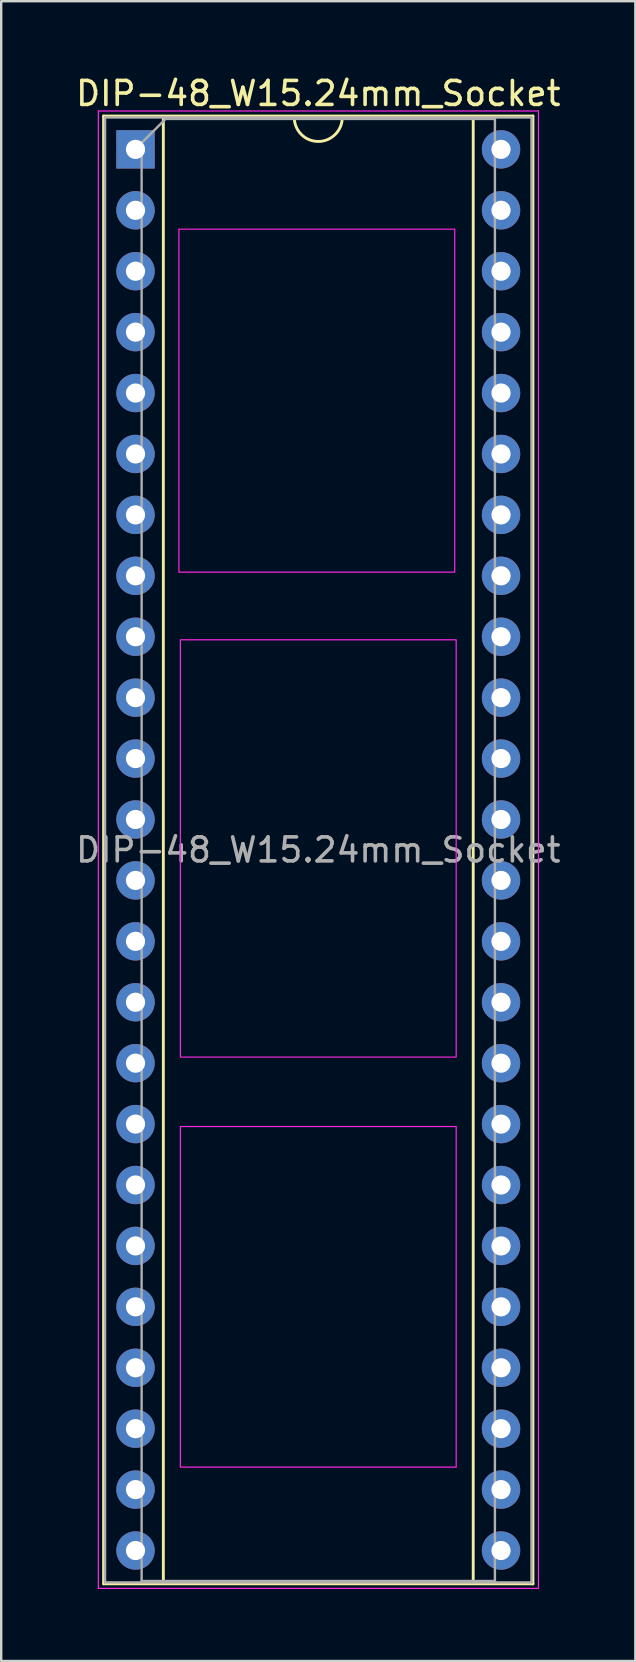
<source format=kicad_pcb>
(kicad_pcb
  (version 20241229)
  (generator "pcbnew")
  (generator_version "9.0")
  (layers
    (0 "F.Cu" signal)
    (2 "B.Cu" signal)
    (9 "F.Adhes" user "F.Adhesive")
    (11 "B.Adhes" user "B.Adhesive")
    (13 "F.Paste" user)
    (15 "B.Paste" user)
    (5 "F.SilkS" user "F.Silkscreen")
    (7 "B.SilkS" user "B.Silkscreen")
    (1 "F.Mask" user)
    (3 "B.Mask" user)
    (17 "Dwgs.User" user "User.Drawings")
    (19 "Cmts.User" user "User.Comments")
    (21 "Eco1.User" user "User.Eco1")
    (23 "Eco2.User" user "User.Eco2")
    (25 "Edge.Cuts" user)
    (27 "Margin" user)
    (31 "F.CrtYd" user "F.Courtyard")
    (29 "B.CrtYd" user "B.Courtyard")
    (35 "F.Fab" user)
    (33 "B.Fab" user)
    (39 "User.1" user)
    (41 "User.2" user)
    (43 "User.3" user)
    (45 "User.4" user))
  (footprint "DIP-48_W15.24mm_Socket"
    (layer "F.Cu")
    (at 2.6 3.178)
    (property "Reference" "DIP-48_W15.24mm_Socket" (at 7.62 -2.33 0) (layer "F.SilkS") (effects (font (size 1 1) (thickness 0.15))))
    (attr through_hole)
    (fp_line (start -1.33 -1.39) (end -1.33 59.81) (stroke (width 0.12) (type solid)) (layer "F.SilkS"))
    (fp_line (start -1.33 59.81) (end 16.57 59.81) (stroke (width 0.12) (type solid)) (layer "F.SilkS"))
    (fp_line (start 1.16 -1.33) (end 1.16 59.75) (stroke (width 0.12) (type solid)) (layer "F.SilkS"))
    (fp_line (start 1.16 59.75) (end 14.08 59.75) (stroke (width 0.12) (type solid)) (layer "F.SilkS"))
    (fp_line (start 6.62 -1.33) (end 1.16 -1.33) (stroke (width 0.12) (type solid)) (layer "F.SilkS"))
    (fp_line (start 14.08 -1.33) (end 8.62 -1.33) (stroke (width 0.12) (type solid)) (layer "F.SilkS"))
    (fp_line (start 14.08 59.75) (end 14.08 -1.33) (stroke (width 0.12) (type solid)) (layer "F.SilkS"))
    (fp_line (start 16.57 -1.39) (end -1.33 -1.39) (stroke (width 0.12) (type solid)) (layer "F.SilkS"))
    (fp_line (start 16.57 59.81) (end 16.57 -1.39) (stroke (width 0.12) (type solid)) (layer "F.SilkS"))
    (fp_arc (start 8.62 -1.33) (mid 7.62 -0.33) (end 6.62 -1.33) (stroke (width 0.12) (type solid)) (layer "F.SilkS"))
    (fp_line (start -1.55 -1.6) (end -1.55 60) (stroke (width 0.05) (type solid)) (layer "F.CrtYd"))
    (fp_line (start -1.55 60) (end 16.8 60) (stroke (width 0.05) (type solid)) (layer "F.CrtYd"))
    (fp_line (start 16.8 -1.6) (end -1.55 -1.6) (stroke (width 0.05) (type solid)) (layer "F.CrtYd"))
    (fp_line (start 16.8 60) (end 16.8 -1.6) (stroke (width 0.05) (type solid)) (layer "F.CrtYd"))
    (fp_rect (start 1.81 17.627) (end 13.31 3.327) (stroke (width 0.05) (type default)) (fill no) (layer "F.CrtYd"))
    (fp_rect (start 1.87 37.847) (end 13.37 20.447) (stroke (width 0.05) (type default)) (fill no) (layer "F.CrtYd"))
    (fp_rect (start 1.87 54.942) (end 13.37 40.742) (stroke (width 0.05) (type default)) (fill no) (layer "F.CrtYd"))
    (fp_line (start -1.27 -1.33) (end -1.27 59.75) (stroke (width 0.1) (type solid)) (layer "F.Fab"))
    (fp_line (start -1.27 59.75) (end 16.51 59.75) (stroke (width 0.1) (type solid)) (layer "F.Fab"))
    (fp_line (start 0.255 -0.27) (end 1.255 -1.27) (stroke (width 0.1) (type solid)) (layer "F.Fab"))
    (fp_line (start 0.255 59.69) (end 0.255 -0.27) (stroke (width 0.1) (type solid)) (layer "F.Fab"))
    (fp_line (start 1.255 -1.27) (end 14.985 -1.27) (stroke (width 0.1) (type solid)) (layer "F.Fab"))
    (fp_line (start 14.985 -1.27) (end 14.985 59.69) (stroke (width 0.1) (type solid)) (layer "F.Fab"))
    (fp_line (start 14.985 59.69) (end 0.255 59.69) (stroke (width 0.1) (type solid)) (layer "F.Fab"))
    (fp_line (start 16.51 -1.33) (end -1.27 -1.33) (stroke (width 0.1) (type solid)) (layer "F.Fab"))
    (fp_line (start 16.51 59.75) (end 16.51 -1.33) (stroke (width 0.1) (type solid)) (layer "F.Fab"))
    (fp_text user "${REFERENCE}" (at 7.62 29.21 0) (layer "F.Fab") (effects (font (size 1 1) (thickness 0.15))))
    (pad "1" thru_hole rect (at 0 0) (size 1.6 1.6) (drill 0.8) (layers "*.Cu" "*.Mask"))
    (pad "2" thru_hole oval (at 0 2.54) (size 1.6 1.6) (drill 0.8) (layers "*.Cu" "*.Mask"))
    (pad "3" thru_hole oval (at 0 5.08) (size 1.6 1.6) (drill 0.8) (layers "*.Cu" "*.Mask"))
    (pad "4" thru_hole oval (at 0 7.62) (size 1.6 1.6) (drill 0.8) (layers "*.Cu" "*.Mask"))
    (pad "5" thru_hole oval (at 0 10.16) (size 1.6 1.6) (drill 0.8) (layers "*.Cu" "*.Mask"))
    (pad "6" thru_hole oval (at 0 12.7) (size 1.6 1.6) (drill 0.8) (layers "*.Cu" "*.Mask"))
    (pad "7" thru_hole oval (at 0 15.24) (size 1.6 1.6) (drill 0.8) (layers "*.Cu" "*.Mask"))
    (pad "8" thru_hole oval (at 0 17.78) (size 1.6 1.6) (drill 0.8) (layers "*.Cu" "*.Mask"))
    (pad "9" thru_hole oval (at 0 20.32) (size 1.6 1.6) (drill 0.8) (layers "*.Cu" "*.Mask"))
    (pad "10" thru_hole oval (at 0 22.86) (size 1.6 1.6) (drill 0.8) (layers "*.Cu" "*.Mask"))
    (pad "11" thru_hole oval (at 0 25.4) (size 1.6 1.6) (drill 0.8) (layers "*.Cu" "*.Mask"))
    (pad "12" thru_hole oval (at 0 27.94) (size 1.6 1.6) (drill 0.8) (layers "*.Cu" "*.Mask"))
    (pad "13" thru_hole oval (at 0 30.48) (size 1.6 1.6) (drill 0.8) (layers "*.Cu" "*.Mask"))
    (pad "14" thru_hole oval (at 0 33.02) (size 1.6 1.6) (drill 0.8) (layers "*.Cu" "*.Mask"))
    (pad "15" thru_hole oval (at 0 35.56) (size 1.6 1.6) (drill 0.8) (layers "*.Cu" "*.Mask"))
    (pad "16" thru_hole oval (at 0 38.1) (size 1.6 1.6) (drill 0.8) (layers "*.Cu" "*.Mask"))
    (pad "17" thru_hole oval (at 0 40.64) (size 1.6 1.6) (drill 0.8) (layers "*.Cu" "*.Mask"))
    (pad "18" thru_hole oval (at 0 43.18) (size 1.6 1.6) (drill 0.8) (layers "*.Cu" "*.Mask"))
    (pad "19" thru_hole oval (at 0 45.72) (size 1.6 1.6) (drill 0.8) (layers "*.Cu" "*.Mask"))
    (pad "20" thru_hole oval (at 0 48.26) (size 1.6 1.6) (drill 0.8) (layers "*.Cu" "*.Mask"))
    (pad "21" thru_hole oval (at 0 50.8) (size 1.6 1.6) (drill 0.8) (layers "*.Cu" "*.Mask"))
    (pad "22" thru_hole oval (at 0 53.34) (size 1.6 1.6) (drill 0.8) (layers "*.Cu" "*.Mask"))
    (pad "23" thru_hole oval (at 0 55.88) (size 1.6 1.6) (drill 0.8) (layers "*.Cu" "*.Mask"))
    (pad "24" thru_hole oval (at 0 58.42) (size 1.6 1.6) (drill 0.8) (layers "*.Cu" "*.Mask"))
    (pad "25" thru_hole oval (at 15.24 58.42) (size 1.6 1.6) (drill 0.8) (layers "*.Cu" "*.Mask"))
    (pad "26" thru_hole oval (at 15.24 55.88) (size 1.6 1.6) (drill 0.8) (layers "*.Cu" "*.Mask"))
    (pad "27" thru_hole oval (at 15.24 53.34) (size 1.6 1.6) (drill 0.8) (layers "*.Cu" "*.Mask"))
    (pad "28" thru_hole oval (at 15.24 50.8) (size 1.6 1.6) (drill 0.8) (layers "*.Cu" "*.Mask"))
    (pad "29" thru_hole oval (at 15.24 48.26) (size 1.6 1.6) (drill 0.8) (layers "*.Cu" "*.Mask"))
    (pad "30" thru_hole oval (at 15.24 45.72) (size 1.6 1.6) (drill 0.8) (layers "*.Cu" "*.Mask"))
    (pad "31" thru_hole oval (at 15.24 43.18) (size 1.6 1.6) (drill 0.8) (layers "*.Cu" "*.Mask"))
    (pad "32" thru_hole oval (at 15.24 40.64) (size 1.6 1.6) (drill 0.8) (layers "*.Cu" "*.Mask"))
    (pad "33" thru_hole oval (at 15.24 38.1) (size 1.6 1.6) (drill 0.8) (layers "*.Cu" "*.Mask"))
    (pad "34" thru_hole oval (at 15.24 35.56) (size 1.6 1.6) (drill 0.8) (layers "*.Cu" "*.Mask"))
    (pad "35" thru_hole oval (at 15.24 33.02) (size 1.6 1.6) (drill 0.8) (layers "*.Cu" "*.Mask"))
    (pad "36" thru_hole oval (at 15.24 30.48) (size 1.6 1.6) (drill 0.8) (layers "*.Cu" "*.Mask"))
    (pad "37" thru_hole oval (at 15.24 27.94) (size 1.6 1.6) (drill 0.8) (layers "*.Cu" "*.Mask"))
    (pad "38" thru_hole oval (at 15.24 25.4) (size 1.6 1.6) (drill 0.8) (layers "*.Cu" "*.Mask"))
    (pad "39" thru_hole oval (at 15.24 22.86) (size 1.6 1.6) (drill 0.8) (layers "*.Cu" "*.Mask"))
    (pad "40" thru_hole oval (at 15.24 20.32) (size 1.6 1.6) (drill 0.8) (layers "*.Cu" "*.Mask"))
    (pad "41" thru_hole oval (at 15.24 17.78) (size 1.6 1.6) (drill 0.8) (layers "*.Cu" "*.Mask"))
    (pad "42" thru_hole oval (at 15.24 15.24) (size 1.6 1.6) (drill 0.8) (layers "*.Cu" "*.Mask"))
    (pad "43" thru_hole oval (at 15.24 12.7) (size 1.6 1.6) (drill 0.8) (layers "*.Cu" "*.Mask"))
    (pad "44" thru_hole oval (at 15.24 10.16) (size 1.6 1.6) (drill 0.8) (layers "*.Cu" "*.Mask"))
    (pad "45" thru_hole oval (at 15.24 7.62) (size 1.6 1.6) (drill 0.8) (layers "*.Cu" "*.Mask"))
    (pad "46" thru_hole oval (at 15.24 5.08) (size 1.6 1.6) (drill 0.8) (layers "*.Cu" "*.Mask"))
    (pad "47" thru_hole oval (at 15.24 2.54) (size 1.6 1.6) (drill 0.8) (layers "*.Cu" "*.Mask"))
    (pad "48" thru_hole oval (at 15.24 0) (size 1.6 1.6) (drill 0.8) (layers "*.Cu" "*.Mask")))
  (gr_rect
    (start -3 -3)
    (end 23.44 66.203)
    (stroke (width 0.1) (type default))
    (fill no)
    (layer "Edge.Cuts")))
</source>
